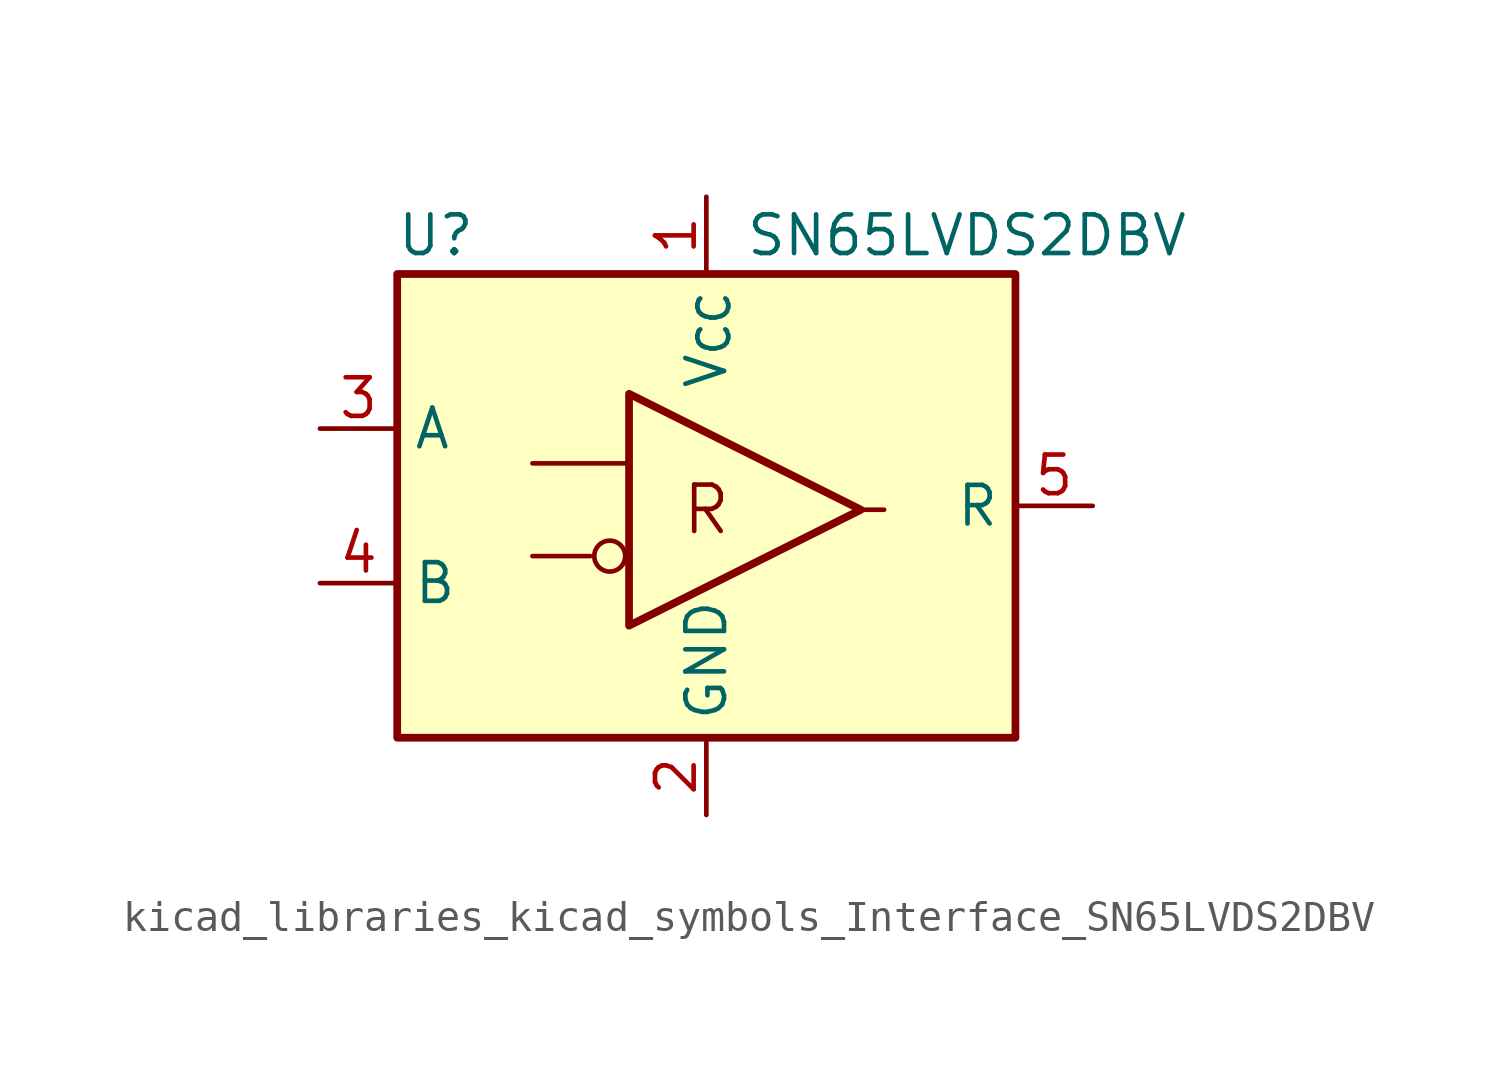
<source format=kicad_sym>
(kicad_symbol_lib
  (version 20220914)
  (generator kicad_symbol_editor)
  (symbol "kicad_libraries_kicad_symbols_Interface_SN65LVDS2DBV"
    (property "Reference" "U"
      (at -8.89 8.89 0)
      (effects (font (size 1.27 1.27))))
    (property "Value" "SN65LVDS2DBV"
      (at 1.27 8.89 0)
      (effects (font (size 1.27 1.27)) (justify left)))
    (symbol "kicad_libraries_kicad_symbols_Interface_SN65LVDS2DBV_1_0"
      (rectangle (start -10.16 7.62) (end 10.16 -7.62) (stroke (width 0.254) (type default) (color 0 0 0 0)) (fill (type background)))
      (circle (center -3.175 -1.651) (radius 0.508) (stroke (width 0) (type default) (color 0 0 0 0)) (fill (type none)))
      (text "R" (at 0 -0.127 0) (effects (font (size 1.524 1.524)))))
    (symbol "kicad_libraries_kicad_symbols_Interface_SN65LVDS2DBV_1_1"
      (polyline (pts (xy -5.715 -1.651) (xy -3.81 -1.651)) (stroke (width 0) (type default) (color 0 0 0 0)) (fill (type none)))
      (polyline (pts (xy -5.715 1.397) (xy -2.667 1.397)) (stroke (width 0) (type default) (color 0 0 0 0)) (fill (type none)))
      (polyline (pts (xy 5.842 -0.127) (xy 5.08 -0.127)) (stroke (width 0) (type default) (color 0 0 0 0)) (fill (type none)))
      (polyline (pts (xy -2.54 -3.937) (xy -2.54 3.683) (xy 5.08 -0.127) (xy -2.54 -3.937)) (stroke (width 0.254) (type default) (color 0 0 0 0)) (fill (type none)))
      (pin power_in line (at 0 10.16 270) (length 2.54) (name "V_{CC}" (effects (font (size 1.27 1.27)))) (number "1" (effects (font (size 1.27 1.27)))))
      (pin power_in line (at 0 -10.16 90) (length 2.54) (name "GND" (effects (font (size 1.27 1.27)))) (number "2" (effects (font (size 1.27 1.27)))))
      (pin input line (at -12.7 2.54 0) (length 2.54) (name "A" (effects (font (size 1.27 1.27)))) (number "3" (effects (font (size 1.27 1.27)))))
      (pin input line (at -12.7 -2.54 0) (length 2.54) (name "B" (effects (font (size 1.27 1.27)))) (number "4" (effects (font (size 1.27 1.27)))))
      (pin output line (at 12.7 0 180) (length 2.54) (name "R" (effects (font (size 1.27 1.27)))) (number "5" (effects (font (size 1.27 1.27))))))))
</source>
